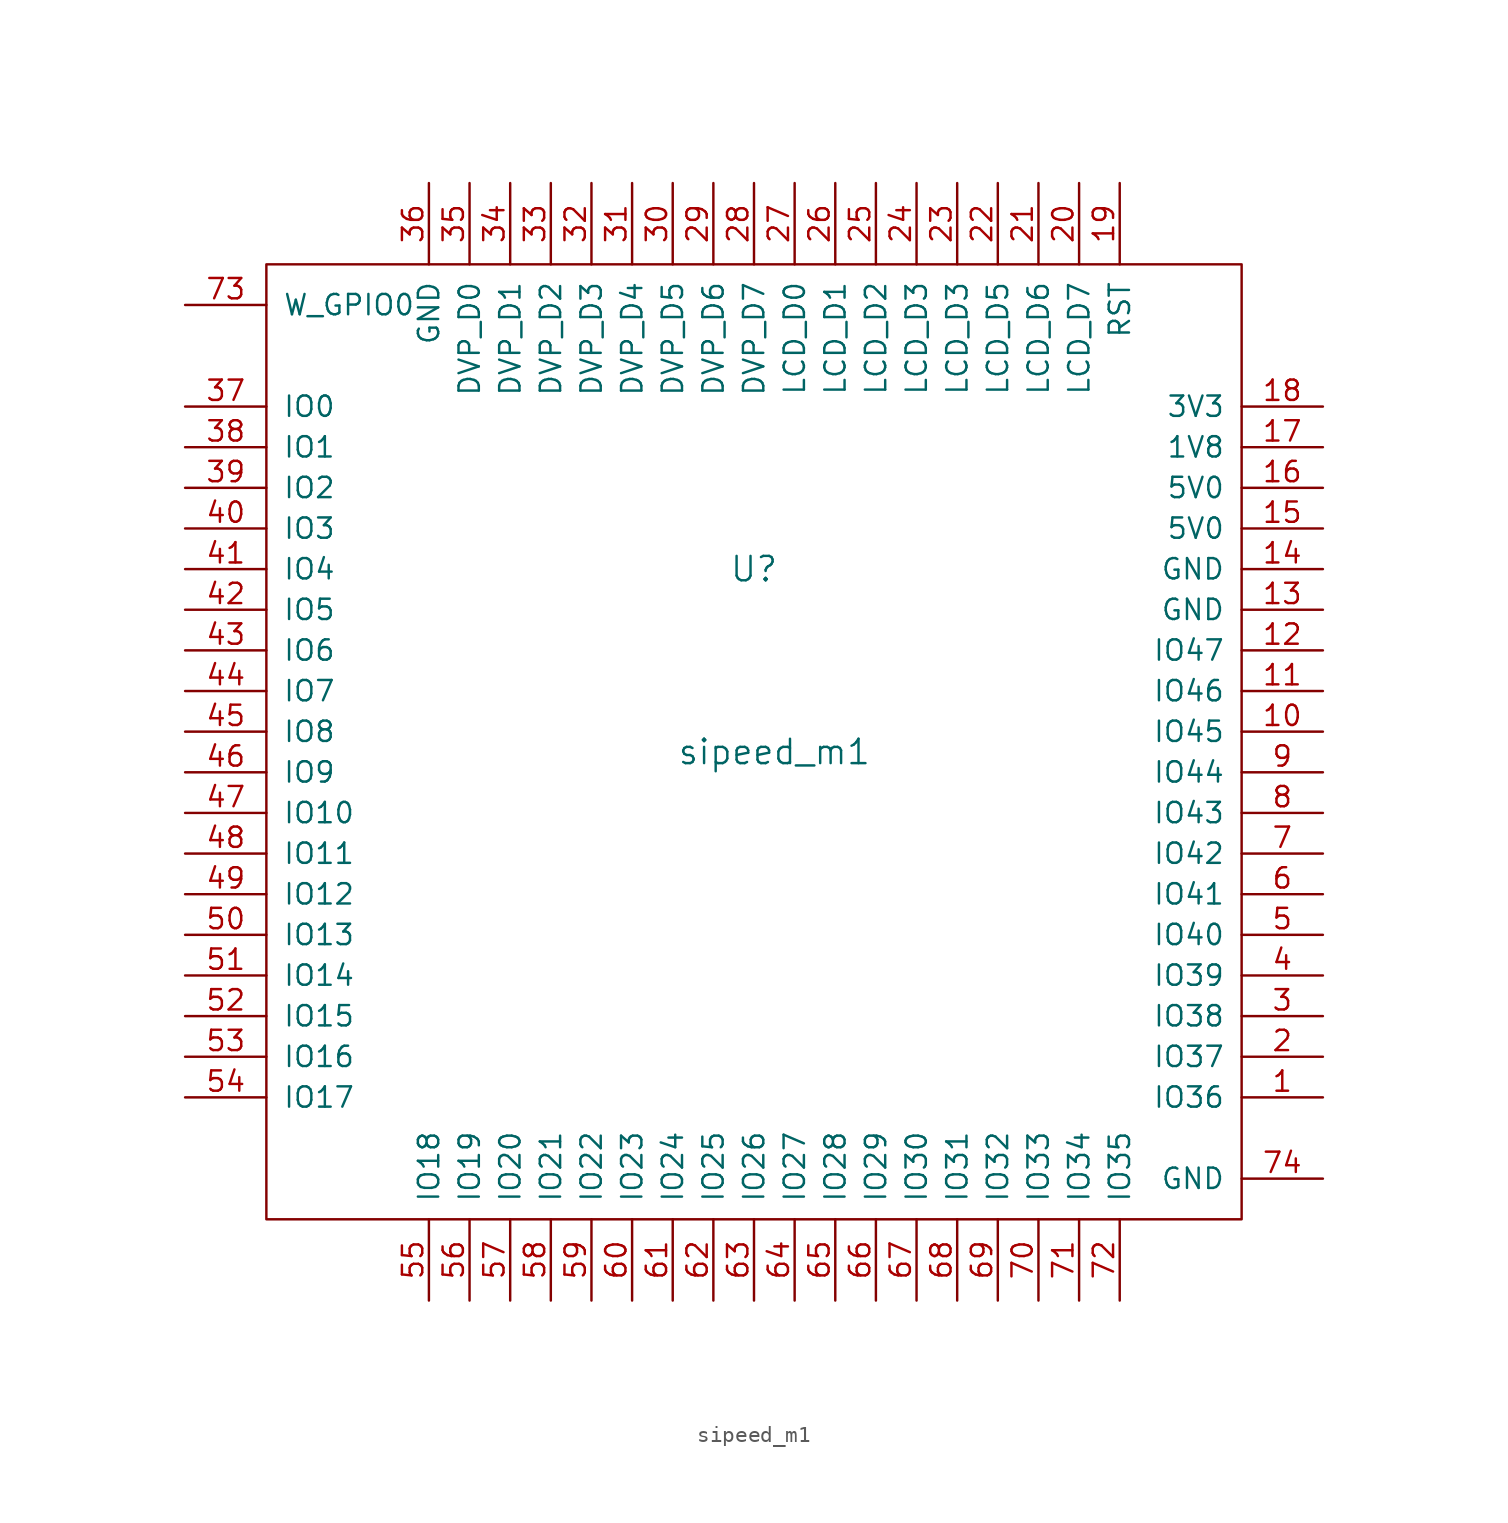
<source format=kicad_sym>
(kicad_symbol_lib
  (version 20211014)
  (generator kicad_symbol_editor)
  (symbol "sipeed_m1"
    (pin_names
      (offset 1.016))
    (property "Reference" "U"
      (at 0 11.43 0)
      (effects (font (size 1.524 1.524))))
    (property "Value" "sipeed_m1"
      (at 1.27 0 0)
      (effects (font (size 1.524 1.524))))
    (symbol "sipeed_m1_0_1"
      (rectangle (start -30.48 -29.21) (end 30.48 30.48) (stroke (width 0) (type default) (color 0 0 0 0)) (fill (type none))))
    (symbol "sipeed_m1_1_1"
      (pin unspecified line (at 35.56 -21.59 180) (length 5.08) (name "IO36" (effects (font (size 1.27 1.27)))) (number "1" (effects (font (size 1.27 1.27)))))
      (pin unspecified line (at 35.56 1.27 180) (length 5.08) (name "IO45" (effects (font (size 1.27 1.27)))) (number "10" (effects (font (size 1.27 1.27)))))
      (pin unspecified line (at 35.56 3.81 180) (length 5.08) (name "IO46" (effects (font (size 1.27 1.27)))) (number "11" (effects (font (size 1.27 1.27)))))
      (pin unspecified line (at 35.56 6.35 180) (length 5.08) (name "IO47" (effects (font (size 1.27 1.27)))) (number "12" (effects (font (size 1.27 1.27)))))
      (pin unspecified line (at 35.56 8.89 180) (length 5.08) (name "GND" (effects (font (size 1.27 1.27)))) (number "13" (effects (font (size 1.27 1.27)))))
      (pin unspecified line (at 35.56 11.43 180) (length 5.08) (name "GND" (effects (font (size 1.27 1.27)))) (number "14" (effects (font (size 1.27 1.27)))))
      (pin power_in line (at 35.56 13.97 180) (length 5.08) (name "5V0" (effects (font (size 1.27 1.27)))) (number "15" (effects (font (size 1.27 1.27)))))
      (pin unspecified line (at 35.56 16.51 180) (length 5.08) (name "5V0" (effects (font (size 1.27 1.27)))) (number "16" (effects (font (size 1.27 1.27)))))
      (pin unspecified line (at 35.56 19.05 180) (length 5.08) (name "1V8" (effects (font (size 1.27 1.27)))) (number "17" (effects (font (size 1.27 1.27)))))
      (pin unspecified line (at 35.56 21.59 180) (length 5.08) (name "3V3" (effects (font (size 1.27 1.27)))) (number "18" (effects (font (size 1.27 1.27)))))
      (pin unspecified line (at 22.86 35.56 270) (length 5.08) (name "RST" (effects (font (size 1.27 1.27)))) (number "19" (effects (font (size 1.27 1.27)))))
      (pin unspecified line (at 35.56 -19.05 180) (length 5.08) (name "IO37" (effects (font (size 1.27 1.27)))) (number "2" (effects (font (size 1.27 1.27)))))
      (pin unspecified line (at 20.32 35.56 270) (length 5.08) (name "LCD_D7" (effects (font (size 1.27 1.27)))) (number "20" (effects (font (size 1.27 1.27)))))
      (pin unspecified line (at 17.78 35.56 270) (length 5.08) (name "LCD_D6" (effects (font (size 1.27 1.27)))) (number "21" (effects (font (size 1.27 1.27)))))
      (pin unspecified line (at 15.24 35.56 270) (length 5.08) (name "LCD_D5" (effects (font (size 1.27 1.27)))) (number "22" (effects (font (size 1.27 1.27)))))
      (pin unspecified line (at 12.7 35.56 270) (length 5.08) (name "LCD_D3" (effects (font (size 1.27 1.27)))) (number "23" (effects (font (size 1.27 1.27)))))
      (pin unspecified line (at 10.16 35.56 270) (length 5.08) (name "LCD_D3" (effects (font (size 1.27 1.27)))) (number "24" (effects (font (size 1.27 1.27)))))
      (pin unspecified line (at 7.62 35.56 270) (length 5.08) (name "LCD_D2" (effects (font (size 1.27 1.27)))) (number "25" (effects (font (size 1.27 1.27)))))
      (pin unspecified line (at 5.08 35.56 270) (length 5.08) (name "LCD_D1" (effects (font (size 1.27 1.27)))) (number "26" (effects (font (size 1.27 1.27)))))
      (pin unspecified line (at 2.54 35.56 270) (length 5.08) (name "LCD_D0" (effects (font (size 1.27 1.27)))) (number "27" (effects (font (size 1.27 1.27)))))
      (pin unspecified line (at 0 35.56 270) (length 5.08) (name "DVP_D7" (effects (font (size 1.27 1.27)))) (number "28" (effects (font (size 1.27 1.27)))))
      (pin unspecified line (at -2.54 35.56 270) (length 5.08) (name "DVP_D6" (effects (font (size 1.27 1.27)))) (number "29" (effects (font (size 1.27 1.27)))))
      (pin unspecified line (at 35.56 -16.51 180) (length 5.08) (name "IO38" (effects (font (size 1.27 1.27)))) (number "3" (effects (font (size 1.27 1.27)))))
      (pin unspecified line (at -5.08 35.56 270) (length 5.08) (name "DVP_D5" (effects (font (size 1.27 1.27)))) (number "30" (effects (font (size 1.27 1.27)))))
      (pin unspecified line (at -7.62 35.56 270) (length 5.08) (name "DVP_D4" (effects (font (size 1.27 1.27)))) (number "31" (effects (font (size 1.27 1.27)))))
      (pin unspecified line (at -10.16 35.56 270) (length 5.08) (name "DVP_D3" (effects (font (size 1.27 1.27)))) (number "32" (effects (font (size 1.27 1.27)))))
      (pin unspecified line (at -12.7 35.56 270) (length 5.08) (name "DVP_D2" (effects (font (size 1.27 1.27)))) (number "33" (effects (font (size 1.27 1.27)))))
      (pin unspecified line (at -15.24 35.56 270) (length 5.08) (name "DVP_D1" (effects (font (size 1.27 1.27)))) (number "34" (effects (font (size 1.27 1.27)))))
      (pin unspecified line (at -17.78 35.56 270) (length 5.08) (name "DVP_D0" (effects (font (size 1.27 1.27)))) (number "35" (effects (font (size 1.27 1.27)))))
      (pin unspecified line (at -20.32 35.56 270) (length 5.08) (name "GND" (effects (font (size 1.27 1.27)))) (number "36" (effects (font (size 1.27 1.27)))))
      (pin unspecified line (at -35.56 21.59 0) (length 5.08) (name "IO0" (effects (font (size 1.27 1.27)))) (number "37" (effects (font (size 1.27 1.27)))))
      (pin unspecified line (at -35.56 19.05 0) (length 5.08) (name "IO1" (effects (font (size 1.27 1.27)))) (number "38" (effects (font (size 1.27 1.27)))))
      (pin unspecified line (at -35.56 16.51 0) (length 5.08) (name "IO2" (effects (font (size 1.27 1.27)))) (number "39" (effects (font (size 1.27 1.27)))))
      (pin unspecified line (at 35.56 -13.97 180) (length 5.08) (name "IO39" (effects (font (size 1.27 1.27)))) (number "4" (effects (font (size 1.27 1.27)))))
      (pin unspecified line (at -35.56 13.97 0) (length 5.08) (name "IO3" (effects (font (size 1.27 1.27)))) (number "40" (effects (font (size 1.27 1.27)))))
      (pin unspecified line (at -35.56 11.43 0) (length 5.08) (name "IO4" (effects (font (size 1.27 1.27)))) (number "41" (effects (font (size 1.27 1.27)))))
      (pin unspecified line (at -35.56 8.89 0) (length 5.08) (name "IO5" (effects (font (size 1.27 1.27)))) (number "42" (effects (font (size 1.27 1.27)))))
      (pin unspecified line (at -35.56 6.35 0) (length 5.08) (name "IO6" (effects (font (size 1.27 1.27)))) (number "43" (effects (font (size 1.27 1.27)))))
      (pin unspecified line (at -35.56 3.81 0) (length 5.08) (name "IO7" (effects (font (size 1.27 1.27)))) (number "44" (effects (font (size 1.27 1.27)))))
      (pin unspecified line (at -35.56 1.27 0) (length 5.08) (name "IO8" (effects (font (size 1.27 1.27)))) (number "45" (effects (font (size 1.27 1.27)))))
      (pin unspecified line (at -35.56 -1.27 0) (length 5.08) (name "IO9" (effects (font (size 1.27 1.27)))) (number "46" (effects (font (size 1.27 1.27)))))
      (pin unspecified line (at -35.56 -3.81 0) (length 5.08) (name "IO10" (effects (font (size 1.27 1.27)))) (number "47" (effects (font (size 1.27 1.27)))))
      (pin unspecified line (at -35.56 -6.35 0) (length 5.08) (name "IO11" (effects (font (size 1.27 1.27)))) (number "48" (effects (font (size 1.27 1.27)))))
      (pin unspecified line (at -35.56 -8.89 0) (length 5.08) (name "IO12" (effects (font (size 1.27 1.27)))) (number "49" (effects (font (size 1.27 1.27)))))
      (pin unspecified line (at 35.56 -11.43 180) (length 5.08) (name "IO40" (effects (font (size 1.27 1.27)))) (number "5" (effects (font (size 1.27 1.27)))))
      (pin unspecified line (at -35.56 -11.43 0) (length 5.08) (name "IO13" (effects (font (size 1.27 1.27)))) (number "50" (effects (font (size 1.27 1.27)))))
      (pin unspecified line (at -35.56 -13.97 0) (length 5.08) (name "IO14" (effects (font (size 1.27 1.27)))) (number "51" (effects (font (size 1.27 1.27)))))
      (pin unspecified line (at -35.56 -16.51 0) (length 5.08) (name "IO15" (effects (font (size 1.27 1.27)))) (number "52" (effects (font (size 1.27 1.27)))))
      (pin unspecified line (at -35.56 -19.05 0) (length 5.08) (name "IO16" (effects (font (size 1.27 1.27)))) (number "53" (effects (font (size 1.27 1.27)))))
      (pin unspecified line (at -35.56 -21.59 0) (length 5.08) (name "IO17" (effects (font (size 1.27 1.27)))) (number "54" (effects (font (size 1.27 1.27)))))
      (pin unspecified line (at -20.32 -34.29 90) (length 5.08) (name "IO18" (effects (font (size 1.27 1.27)))) (number "55" (effects (font (size 1.27 1.27)))))
      (pin unspecified line (at -17.78 -34.29 90) (length 5.08) (name "IO19" (effects (font (size 1.27 1.27)))) (number "56" (effects (font (size 1.27 1.27)))))
      (pin unspecified line (at -15.24 -34.29 90) (length 5.08) (name "IO20" (effects (font (size 1.27 1.27)))) (number "57" (effects (font (size 1.27 1.27)))))
      (pin unspecified line (at -12.7 -34.29 90) (length 5.08) (name "IO21" (effects (font (size 1.27 1.27)))) (number "58" (effects (font (size 1.27 1.27)))))
      (pin unspecified line (at -10.16 -34.29 90) (length 5.08) (name "IO22" (effects (font (size 1.27 1.27)))) (number "59" (effects (font (size 1.27 1.27)))))
      (pin unspecified line (at 35.56 -8.89 180) (length 5.08) (name "IO41" (effects (font (size 1.27 1.27)))) (number "6" (effects (font (size 1.27 1.27)))))
      (pin unspecified line (at -7.62 -34.29 90) (length 5.08) (name "IO23" (effects (font (size 1.27 1.27)))) (number "60" (effects (font (size 1.27 1.27)))))
      (pin unspecified line (at -5.08 -34.29 90) (length 5.08) (name "IO24" (effects (font (size 1.27 1.27)))) (number "61" (effects (font (size 1.27 1.27)))))
      (pin unspecified line (at -2.54 -34.29 90) (length 5.08) (name "IO25" (effects (font (size 1.27 1.27)))) (number "62" (effects (font (size 1.27 1.27)))))
      (pin unspecified line (at 0 -34.29 90) (length 5.08) (name "IO26" (effects (font (size 1.27 1.27)))) (number "63" (effects (font (size 1.27 1.27)))))
      (pin unspecified line (at 2.54 -34.29 90) (length 5.08) (name "IO27" (effects (font (size 1.27 1.27)))) (number "64" (effects (font (size 1.27 1.27)))))
      (pin unspecified line (at 5.08 -34.29 90) (length 5.08) (name "IO28" (effects (font (size 1.27 1.27)))) (number "65" (effects (font (size 1.27 1.27)))))
      (pin unspecified line (at 7.62 -34.29 90) (length 5.08) (name "IO29" (effects (font (size 1.27 1.27)))) (number "66" (effects (font (size 1.27 1.27)))))
      (pin unspecified line (at 10.16 -34.29 90) (length 5.08) (name "IO30" (effects (font (size 1.27 1.27)))) (number "67" (effects (font (size 1.27 1.27)))))
      (pin unspecified line (at 12.7 -34.29 90) (length 5.08) (name "IO31" (effects (font (size 1.27 1.27)))) (number "68" (effects (font (size 1.27 1.27)))))
      (pin unspecified line (at 15.24 -34.29 90) (length 5.08) (name "IO32" (effects (font (size 1.27 1.27)))) (number "69" (effects (font (size 1.27 1.27)))))
      (pin unspecified line (at 35.56 -6.35 180) (length 5.08) (name "IO42" (effects (font (size 1.27 1.27)))) (number "7" (effects (font (size 1.27 1.27)))))
      (pin unspecified line (at 17.78 -34.29 90) (length 5.08) (name "IO33" (effects (font (size 1.27 1.27)))) (number "70" (effects (font (size 1.27 1.27)))))
      (pin unspecified line (at 20.32 -34.29 90) (length 5.08) (name "IO34" (effects (font (size 1.27 1.27)))) (number "71" (effects (font (size 1.27 1.27)))))
      (pin unspecified line (at 22.86 -34.29 90) (length 5.08) (name "IO35" (effects (font (size 1.27 1.27)))) (number "72" (effects (font (size 1.27 1.27)))))
      (pin unspecified line (at -35.56 27.94 0) (length 5.08) (name "W_GPIO0" (effects (font (size 1.27 1.27)))) (number "73" (effects (font (size 1.27 1.27)))))
      (pin unspecified line (at 35.56 -26.67 180) (length 5.08) (name "GND" (effects (font (size 1.27 1.27)))) (number "74" (effects (font (size 1.27 1.27)))))
      (pin unspecified line (at 35.56 -3.81 180) (length 5.08) (name "IO43" (effects (font (size 1.27 1.27)))) (number "8" (effects (font (size 1.27 1.27)))))
      (pin unspecified line (at 35.56 -1.27 180) (length 5.08) (name "IO44" (effects (font (size 1.27 1.27)))) (number "9" (effects (font (size 1.27 1.27))))))))
</source>
